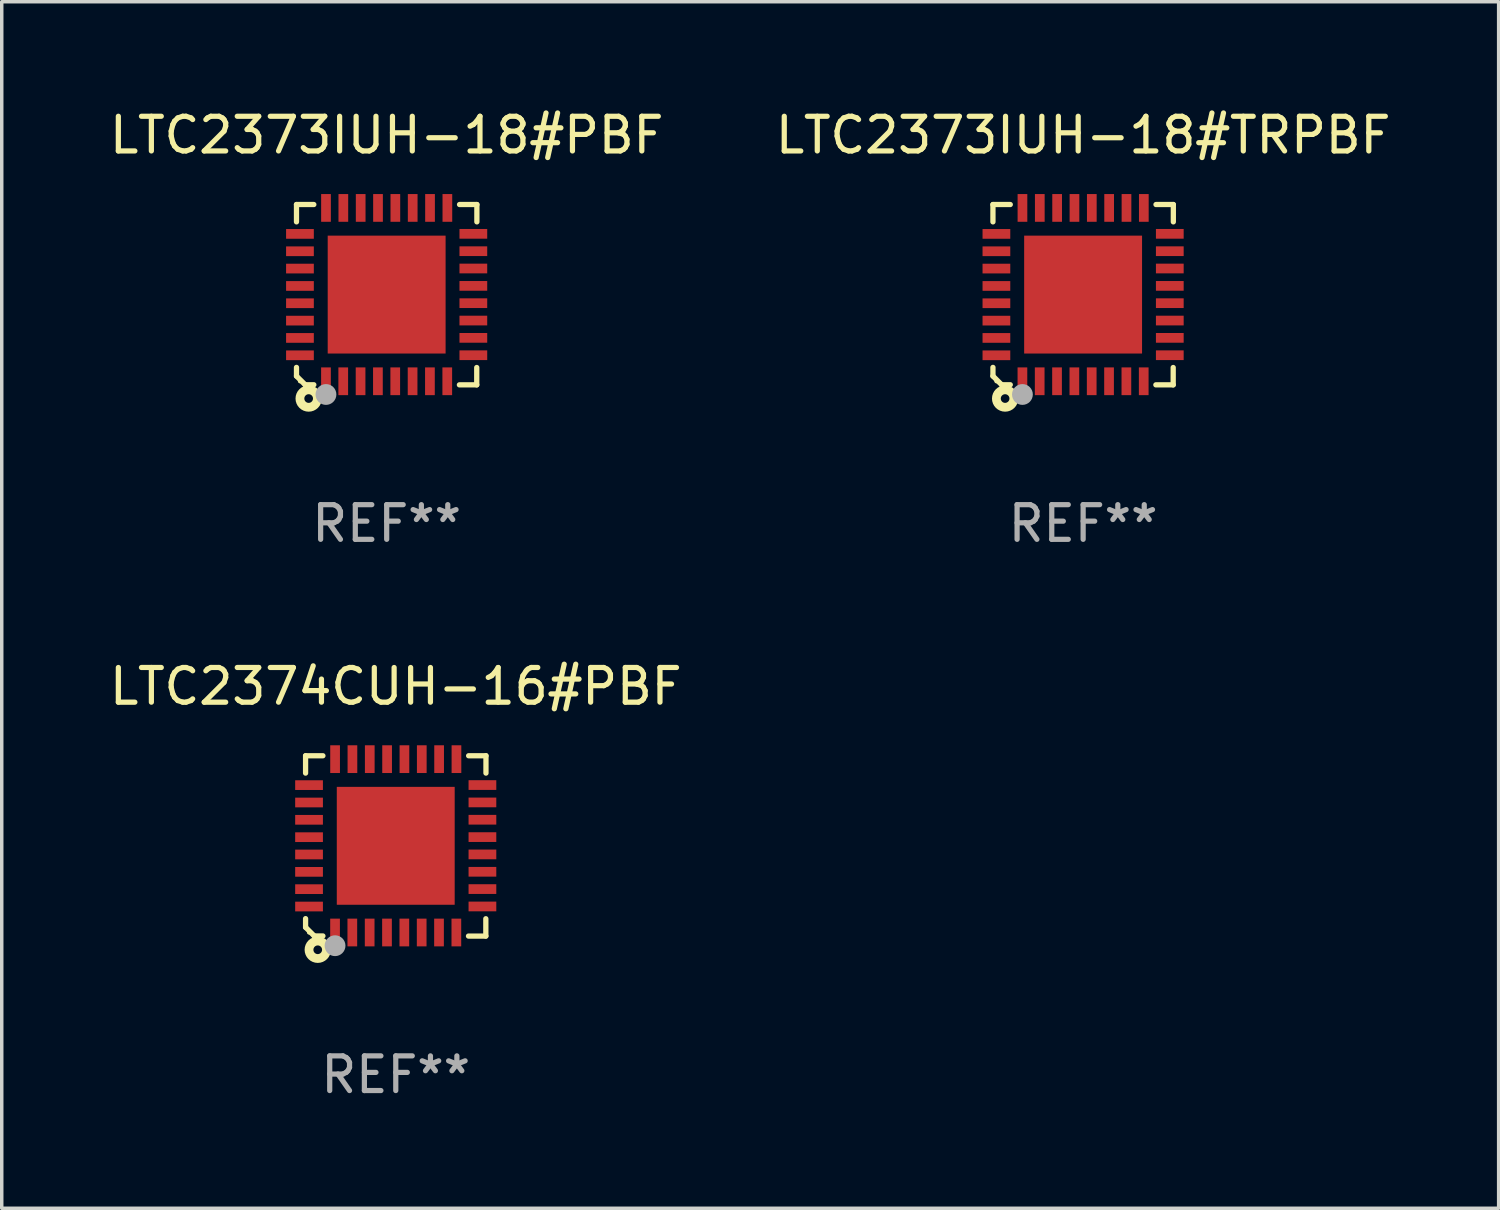
<source format=kicad_pcb>
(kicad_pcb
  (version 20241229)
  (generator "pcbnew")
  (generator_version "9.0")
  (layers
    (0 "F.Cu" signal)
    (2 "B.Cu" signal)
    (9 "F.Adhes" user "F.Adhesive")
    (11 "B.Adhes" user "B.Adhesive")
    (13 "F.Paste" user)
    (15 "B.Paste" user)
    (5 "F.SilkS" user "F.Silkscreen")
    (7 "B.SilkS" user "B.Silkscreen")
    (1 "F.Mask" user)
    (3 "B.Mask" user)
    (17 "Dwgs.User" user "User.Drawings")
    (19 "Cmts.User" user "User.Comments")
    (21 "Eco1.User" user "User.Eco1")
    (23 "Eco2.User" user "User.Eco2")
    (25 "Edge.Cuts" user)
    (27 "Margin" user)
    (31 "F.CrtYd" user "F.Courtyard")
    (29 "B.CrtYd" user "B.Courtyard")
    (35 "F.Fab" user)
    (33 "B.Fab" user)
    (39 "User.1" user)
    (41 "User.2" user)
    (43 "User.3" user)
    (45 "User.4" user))
  (footprint "LTC2374CUH-16#PBF"
    (layer "F.Cu")
    (at 8.363 21.344)
    (property "Reference" "LTC2374CUH-16#PBF" (at 0 -4.6 0) (layer "F.SilkS") (effects (font (size 1 1) (thickness 0.15))))
    (attr through_hole)
    (fp_line (start -2.601 2.097) (end -2.601 2.347) (stroke (width 0.152) (type solid)) (layer "F.SilkS"))
    (fp_line (start -2.601 2.347) (end -2.351 2.597) (stroke (width 0.152) (type solid)) (layer "F.SilkS"))
    (fp_line (start -2.601 -2.6) (end -2.601 -2.1) (stroke (width 0.152) (type solid)) (layer "F.SilkS"))
    (fp_line (start -2.601 -2.6) (end -2.101 -2.6) (stroke (width 0.152) (type solid)) (layer "F.SilkS"))
    (fp_line (start -2.351 2.597) (end -2.101 2.597) (stroke (width 0.152) (type solid)) (layer "F.SilkS"))
    (fp_line (start 2.597 2.6) (end 2.097 2.6) (stroke (width 0.152) (type solid)) (layer "F.SilkS"))
    (fp_line (start 2.597 2.6) (end 2.597 2.1) (stroke (width 0.152) (type solid)) (layer "F.SilkS"))
    (fp_line (start 2.601 -2.6) (end 2.101 -2.6) (stroke (width 0.152) (type solid)) (layer "F.SilkS"))
    (fp_line (start 2.601 -2.6) (end 2.601 -2.1) (stroke (width 0.152) (type solid)) (layer "F.SilkS"))
    (fp_circle (center -2.501 2.497) (end -2.471 2.497) (stroke (width 0.06) (type solid)) (fill no) (layer "F.SilkS"))
    (fp_circle (center -2.25 2.995) (end -2.125 2.995) (stroke (width 0.254) (type solid)) (fill no) (layer "F.SilkS"))
    (fp_circle (center -1.751 2.878) (end -1.601 2.878) (stroke (width 0.3) (type solid)) (fill no) (layer "F.Fab"))
    (fp_text user "REF**" (at 0 6.6 0) (layer "F.Fab") (effects (font (size 1 1) (thickness 0.15))))
    (pad "1" smd rect (at -1.751 2.497) (size 0.28 0.8) (layers "F.Cu" "F.Mask" "F.Paste"))
    (pad "2" smd rect (at -1.253 2.497) (size 0.28 0.8) (layers "F.Cu" "F.Mask" "F.Paste"))
    (pad "3" smd rect (at -0.753 2.497) (size 0.28 0.8) (layers "F.Cu" "F.Mask" "F.Paste"))
    (pad "4" smd rect (at -0.253 2.497) (size 0.28 0.8) (layers "F.Cu" "F.Mask" "F.Paste"))
    (pad "5" smd rect (at 0.247 2.497) (size 0.28 0.8) (layers "F.Cu" "F.Mask" "F.Paste"))
    (pad "6" smd rect (at 0.747 2.497) (size 0.28 0.8) (layers "F.Cu" "F.Mask" "F.Paste"))
    (pad "7" smd rect (at 1.247 2.497) (size 0.28 0.8) (layers "F.Cu" "F.Mask" "F.Paste"))
    (pad "8" smd rect (at 1.747 2.497) (size 0.28 0.8) (layers "F.Cu" "F.Mask" "F.Paste"))
    (pad "9" smd rect (at 2.499 1.746) (size 0.8 0.28) (layers "F.Cu" "F.Mask" "F.Paste"))
    (pad "10" smd rect (at 2.499 1.245) (size 0.8 0.28) (layers "F.Cu" "F.Mask" "F.Paste"))
    (pad "11" smd rect (at 2.499 0.746) (size 0.8 0.28) (layers "F.Cu" "F.Mask" "F.Paste"))
    (pad "12" smd rect (at 2.499 0.245) (size 0.8 0.28) (layers "F.Cu" "F.Mask" "F.Paste"))
    (pad "13" smd rect (at 2.499 -0.254) (size 0.8 0.28) (layers "F.Cu" "F.Mask" "F.Paste"))
    (pad "14" smd rect (at 2.499 -0.755) (size 0.8 0.28) (layers "F.Cu" "F.Mask" "F.Paste"))
    (pad "15" smd rect (at 2.499 -1.254) (size 0.8 0.28) (layers "F.Cu" "F.Mask" "F.Paste"))
    (pad "16" smd rect (at 2.499 -1.755) (size 0.8 0.28) (layers "F.Cu" "F.Mask" "F.Paste"))
    (pad "17" smd rect (at 1.75 -2.502) (size 0.28 0.8) (layers "F.Cu" "F.Mask" "F.Paste"))
    (pad "18" smd rect (at 1.25 -2.502) (size 0.28 0.8) (layers "F.Cu" "F.Mask" "F.Paste"))
    (pad "19" smd rect (at 0.75 -2.502) (size 0.28 0.8) (layers "F.Cu" "F.Mask" "F.Paste"))
    (pad "20" smd rect (at 0.25 -2.502) (size 0.28 0.8) (layers "F.Cu" "F.Mask" "F.Paste"))
    (pad "21" smd rect (at -0.25 -2.502) (size 0.28 0.8) (layers "F.Cu" "F.Mask" "F.Paste"))
    (pad "22" smd rect (at -0.75 -2.502) (size 0.28 0.8) (layers "F.Cu" "F.Mask" "F.Paste"))
    (pad "23" smd rect (at -1.25 -2.502) (size 0.28 0.8) (layers "F.Cu" "F.Mask" "F.Paste"))
    (pad "24" smd rect (at -1.75 -2.502) (size 0.28 0.8) (layers "F.Cu" "F.Mask" "F.Paste"))
    (pad "25" smd rect (at -2.501 -1.753) (size 0.8 0.28) (layers "F.Cu" "F.Mask" "F.Paste"))
    (pad "26" smd rect (at -2.501 -1.252) (size 0.8 0.28) (layers "F.Cu" "F.Mask" "F.Paste"))
    (pad "27" smd rect (at -2.501 -0.753) (size 0.8 0.28) (layers "F.Cu" "F.Mask" "F.Paste"))
    (pad "28" smd rect (at -2.501 -0.252) (size 0.8 0.28) (layers "F.Cu" "F.Mask" "F.Paste"))
    (pad "29" smd rect (at -2.501 0.247) (size 0.8 0.28) (layers "F.Cu" "F.Mask" "F.Paste"))
    (pad "30" smd rect (at -2.501 0.748) (size 0.8 0.28) (layers "F.Cu" "F.Mask" "F.Paste"))
    (pad "31" smd rect (at -2.501 1.247) (size 0.8 0.28) (layers "F.Cu" "F.Mask" "F.Paste"))
    (pad "32" smd rect (at -2.501 1.748) (size 0.8 0.28) (layers "F.Cu" "F.Mask" "F.Paste"))
    (pad "33" smd rect (at -0.001 -0.003 180) (size 3.4 3.4) (layers "F.Cu" "F.Mask" "F.Paste")))
  (footprint "LTC2373IUH-18#TRPBF"
    (layer "F.Cu")
    (at 28.185 5.448)
    (property "Reference" "LTC2373IUH-18#TRPBF" (at 0 -4.6 0) (layer "F.SilkS") (effects (font (size 1 1) (thickness 0.15))))
    (attr through_hole)
    (fp_line (start -2.601 2.097) (end -2.601 2.347) (stroke (width 0.152) (type solid)) (layer "F.SilkS"))
    (fp_line (start -2.601 2.347) (end -2.351 2.597) (stroke (width 0.152) (type solid)) (layer "F.SilkS"))
    (fp_line (start -2.601 -2.6) (end -2.601 -2.1) (stroke (width 0.152) (type solid)) (layer "F.SilkS"))
    (fp_line (start -2.601 -2.6) (end -2.101 -2.6) (stroke (width 0.152) (type solid)) (layer "F.SilkS"))
    (fp_line (start -2.351 2.597) (end -2.101 2.597) (stroke (width 0.152) (type solid)) (layer "F.SilkS"))
    (fp_line (start 2.597 2.6) (end 2.097 2.6) (stroke (width 0.152) (type solid)) (layer "F.SilkS"))
    (fp_line (start 2.597 2.6) (end 2.597 2.1) (stroke (width 0.152) (type solid)) (layer "F.SilkS"))
    (fp_line (start 2.601 -2.6) (end 2.101 -2.6) (stroke (width 0.152) (type solid)) (layer "F.SilkS"))
    (fp_line (start 2.601 -2.6) (end 2.601 -2.1) (stroke (width 0.152) (type solid)) (layer "F.SilkS"))
    (fp_circle (center -2.501 2.497) (end -2.471 2.497) (stroke (width 0.06) (type solid)) (fill no) (layer "F.SilkS"))
    (fp_circle (center -2.25 2.995) (end -2.125 2.995) (stroke (width 0.254) (type solid)) (fill no) (layer "F.SilkS"))
    (fp_circle (center -1.751 2.878) (end -1.601 2.878) (stroke (width 0.3) (type solid)) (fill no) (layer "F.Fab"))
    (fp_text user "REF**" (at 0 6.6 0) (layer "F.Fab") (effects (font (size 1 1) (thickness 0.15))))
    (pad "1" smd rect (at -1.751 2.497) (size 0.28 0.8) (layers "F.Cu" "F.Mask" "F.Paste"))
    (pad "2" smd rect (at -1.253 2.497) (size 0.28 0.8) (layers "F.Cu" "F.Mask" "F.Paste"))
    (pad "3" smd rect (at -0.753 2.497) (size 0.28 0.8) (layers "F.Cu" "F.Mask" "F.Paste"))
    (pad "4" smd rect (at -0.253 2.497) (size 0.28 0.8) (layers "F.Cu" "F.Mask" "F.Paste"))
    (pad "5" smd rect (at 0.247 2.497) (size 0.28 0.8) (layers "F.Cu" "F.Mask" "F.Paste"))
    (pad "6" smd rect (at 0.747 2.497) (size 0.28 0.8) (layers "F.Cu" "F.Mask" "F.Paste"))
    (pad "7" smd rect (at 1.247 2.497) (size 0.28 0.8) (layers "F.Cu" "F.Mask" "F.Paste"))
    (pad "8" smd rect (at 1.747 2.497) (size 0.28 0.8) (layers "F.Cu" "F.Mask" "F.Paste"))
    (pad "9" smd rect (at 2.499 1.746) (size 0.8 0.28) (layers "F.Cu" "F.Mask" "F.Paste"))
    (pad "10" smd rect (at 2.499 1.245) (size 0.8 0.28) (layers "F.Cu" "F.Mask" "F.Paste"))
    (pad "11" smd rect (at 2.499 0.746) (size 0.8 0.28) (layers "F.Cu" "F.Mask" "F.Paste"))
    (pad "12" smd rect (at 2.499 0.245) (size 0.8 0.28) (layers "F.Cu" "F.Mask" "F.Paste"))
    (pad "13" smd rect (at 2.499 -0.254) (size 0.8 0.28) (layers "F.Cu" "F.Mask" "F.Paste"))
    (pad "14" smd rect (at 2.499 -0.755) (size 0.8 0.28) (layers "F.Cu" "F.Mask" "F.Paste"))
    (pad "15" smd rect (at 2.499 -1.254) (size 0.8 0.28) (layers "F.Cu" "F.Mask" "F.Paste"))
    (pad "16" smd rect (at 2.499 -1.755) (size 0.8 0.28) (layers "F.Cu" "F.Mask" "F.Paste"))
    (pad "17" smd rect (at 1.75 -2.502) (size 0.28 0.8) (layers "F.Cu" "F.Mask" "F.Paste"))
    (pad "18" smd rect (at 1.25 -2.502) (size 0.28 0.8) (layers "F.Cu" "F.Mask" "F.Paste"))
    (pad "19" smd rect (at 0.75 -2.502) (size 0.28 0.8) (layers "F.Cu" "F.Mask" "F.Paste"))
    (pad "20" smd rect (at 0.25 -2.502) (size 0.28 0.8) (layers "F.Cu" "F.Mask" "F.Paste"))
    (pad "21" smd rect (at -0.25 -2.502) (size 0.28 0.8) (layers "F.Cu" "F.Mask" "F.Paste"))
    (pad "22" smd rect (at -0.75 -2.502) (size 0.28 0.8) (layers "F.Cu" "F.Mask" "F.Paste"))
    (pad "23" smd rect (at -1.25 -2.502) (size 0.28 0.8) (layers "F.Cu" "F.Mask" "F.Paste"))
    (pad "24" smd rect (at -1.75 -2.502) (size 0.28 0.8) (layers "F.Cu" "F.Mask" "F.Paste"))
    (pad "25" smd rect (at -2.501 -1.753) (size 0.8 0.28) (layers "F.Cu" "F.Mask" "F.Paste"))
    (pad "26" smd rect (at -2.501 -1.252) (size 0.8 0.28) (layers "F.Cu" "F.Mask" "F.Paste"))
    (pad "27" smd rect (at -2.501 -0.753) (size 0.8 0.28) (layers "F.Cu" "F.Mask" "F.Paste"))
    (pad "28" smd rect (at -2.501 -0.252) (size 0.8 0.28) (layers "F.Cu" "F.Mask" "F.Paste"))
    (pad "29" smd rect (at -2.501 0.247) (size 0.8 0.28) (layers "F.Cu" "F.Mask" "F.Paste"))
    (pad "30" smd rect (at -2.501 0.748) (size 0.8 0.28) (layers "F.Cu" "F.Mask" "F.Paste"))
    (pad "31" smd rect (at -2.501 1.247) (size 0.8 0.28) (layers "F.Cu" "F.Mask" "F.Paste"))
    (pad "32" smd rect (at -2.501 1.748) (size 0.8 0.28) (layers "F.Cu" "F.Mask" "F.Paste"))
    (pad "33" smd rect (at -0.001 -0.003 180) (size 3.4 3.4) (layers "F.Cu" "F.Mask" "F.Paste")))
  (footprint "LTC2373IUH-18#PBF"
    (layer "F.Cu")
    (at 8.101 5.448)
    (property "Reference" "LTC2373IUH-18#PBF" (at 0 -4.6 0) (layer "F.SilkS") (effects (font (size 1 1) (thickness 0.15))))
    (attr through_hole)
    (fp_line (start -2.601 2.097) (end -2.601 2.347) (stroke (width 0.152) (type solid)) (layer "F.SilkS"))
    (fp_line (start -2.601 2.347) (end -2.351 2.597) (stroke (width 0.152) (type solid)) (layer "F.SilkS"))
    (fp_line (start -2.601 -2.6) (end -2.601 -2.1) (stroke (width 0.152) (type solid)) (layer "F.SilkS"))
    (fp_line (start -2.601 -2.6) (end -2.101 -2.6) (stroke (width 0.152) (type solid)) (layer "F.SilkS"))
    (fp_line (start -2.351 2.597) (end -2.101 2.597) (stroke (width 0.152) (type solid)) (layer "F.SilkS"))
    (fp_line (start 2.597 2.6) (end 2.097 2.6) (stroke (width 0.152) (type solid)) (layer "F.SilkS"))
    (fp_line (start 2.597 2.6) (end 2.597 2.1) (stroke (width 0.152) (type solid)) (layer "F.SilkS"))
    (fp_line (start 2.601 -2.6) (end 2.101 -2.6) (stroke (width 0.152) (type solid)) (layer "F.SilkS"))
    (fp_line (start 2.601 -2.6) (end 2.601 -2.1) (stroke (width 0.152) (type solid)) (layer "F.SilkS"))
    (fp_circle (center -2.501 2.497) (end -2.471 2.497) (stroke (width 0.06) (type solid)) (fill no) (layer "F.SilkS"))
    (fp_circle (center -2.25 2.995) (end -2.125 2.995) (stroke (width 0.254) (type solid)) (fill no) (layer "F.SilkS"))
    (fp_circle (center -1.751 2.878) (end -1.601 2.878) (stroke (width 0.3) (type solid)) (fill no) (layer "F.Fab"))
    (fp_text user "REF**" (at 0 6.6 0) (layer "F.Fab") (effects (font (size 1 1) (thickness 0.15))))
    (pad "1" smd rect (at -1.751 2.497) (size 0.28 0.8) (layers "F.Cu" "F.Mask" "F.Paste"))
    (pad "2" smd rect (at -1.253 2.497) (size 0.28 0.8) (layers "F.Cu" "F.Mask" "F.Paste"))
    (pad "3" smd rect (at -0.753 2.497) (size 0.28 0.8) (layers "F.Cu" "F.Mask" "F.Paste"))
    (pad "4" smd rect (at -0.253 2.497) (size 0.28 0.8) (layers "F.Cu" "F.Mask" "F.Paste"))
    (pad "5" smd rect (at 0.247 2.497) (size 0.28 0.8) (layers "F.Cu" "F.Mask" "F.Paste"))
    (pad "6" smd rect (at 0.747 2.497) (size 0.28 0.8) (layers "F.Cu" "F.Mask" "F.Paste"))
    (pad "7" smd rect (at 1.247 2.497) (size 0.28 0.8) (layers "F.Cu" "F.Mask" "F.Paste"))
    (pad "8" smd rect (at 1.747 2.497) (size 0.28 0.8) (layers "F.Cu" "F.Mask" "F.Paste"))
    (pad "9" smd rect (at 2.499 1.746) (size 0.8 0.28) (layers "F.Cu" "F.Mask" "F.Paste"))
    (pad "10" smd rect (at 2.499 1.245) (size 0.8 0.28) (layers "F.Cu" "F.Mask" "F.Paste"))
    (pad "11" smd rect (at 2.499 0.746) (size 0.8 0.28) (layers "F.Cu" "F.Mask" "F.Paste"))
    (pad "12" smd rect (at 2.499 0.245) (size 0.8 0.28) (layers "F.Cu" "F.Mask" "F.Paste"))
    (pad "13" smd rect (at 2.499 -0.254) (size 0.8 0.28) (layers "F.Cu" "F.Mask" "F.Paste"))
    (pad "14" smd rect (at 2.499 -0.755) (size 0.8 0.28) (layers "F.Cu" "F.Mask" "F.Paste"))
    (pad "15" smd rect (at 2.499 -1.254) (size 0.8 0.28) (layers "F.Cu" "F.Mask" "F.Paste"))
    (pad "16" smd rect (at 2.499 -1.755) (size 0.8 0.28) (layers "F.Cu" "F.Mask" "F.Paste"))
    (pad "17" smd rect (at 1.75 -2.502) (size 0.28 0.8) (layers "F.Cu" "F.Mask" "F.Paste"))
    (pad "18" smd rect (at 1.25 -2.502) (size 0.28 0.8) (layers "F.Cu" "F.Mask" "F.Paste"))
    (pad "19" smd rect (at 0.75 -2.502) (size 0.28 0.8) (layers "F.Cu" "F.Mask" "F.Paste"))
    (pad "20" smd rect (at 0.25 -2.502) (size 0.28 0.8) (layers "F.Cu" "F.Mask" "F.Paste"))
    (pad "21" smd rect (at -0.25 -2.502) (size 0.28 0.8) (layers "F.Cu" "F.Mask" "F.Paste"))
    (pad "22" smd rect (at -0.75 -2.502) (size 0.28 0.8) (layers "F.Cu" "F.Mask" "F.Paste"))
    (pad "23" smd rect (at -1.25 -2.502) (size 0.28 0.8) (layers "F.Cu" "F.Mask" "F.Paste"))
    (pad "24" smd rect (at -1.75 -2.502) (size 0.28 0.8) (layers "F.Cu" "F.Mask" "F.Paste"))
    (pad "25" smd rect (at -2.501 -1.753) (size 0.8 0.28) (layers "F.Cu" "F.Mask" "F.Paste"))
    (pad "26" smd rect (at -2.501 -1.252) (size 0.8 0.28) (layers "F.Cu" "F.Mask" "F.Paste"))
    (pad "27" smd rect (at -2.501 -0.753) (size 0.8 0.28) (layers "F.Cu" "F.Mask" "F.Paste"))
    (pad "28" smd rect (at -2.501 -0.252) (size 0.8 0.28) (layers "F.Cu" "F.Mask" "F.Paste"))
    (pad "29" smd rect (at -2.501 0.247) (size 0.8 0.28) (layers "F.Cu" "F.Mask" "F.Paste"))
    (pad "30" smd rect (at -2.501 0.748) (size 0.8 0.28) (layers "F.Cu" "F.Mask" "F.Paste"))
    (pad "31" smd rect (at -2.501 1.247) (size 0.8 0.28) (layers "F.Cu" "F.Mask" "F.Paste"))
    (pad "32" smd rect (at -2.501 1.748) (size 0.8 0.28) (layers "F.Cu" "F.Mask" "F.Paste"))
    (pad "33" smd rect (at -0.001 -0.003 180) (size 3.4 3.4) (layers "F.Cu" "F.Mask" "F.Paste")))
  (gr_rect
    (start -3 -3)
    (end 40.167 31.793)
    (stroke (width 0.1) (type default))
    (fill no)
    (layer "Edge.Cuts")))
</source>
